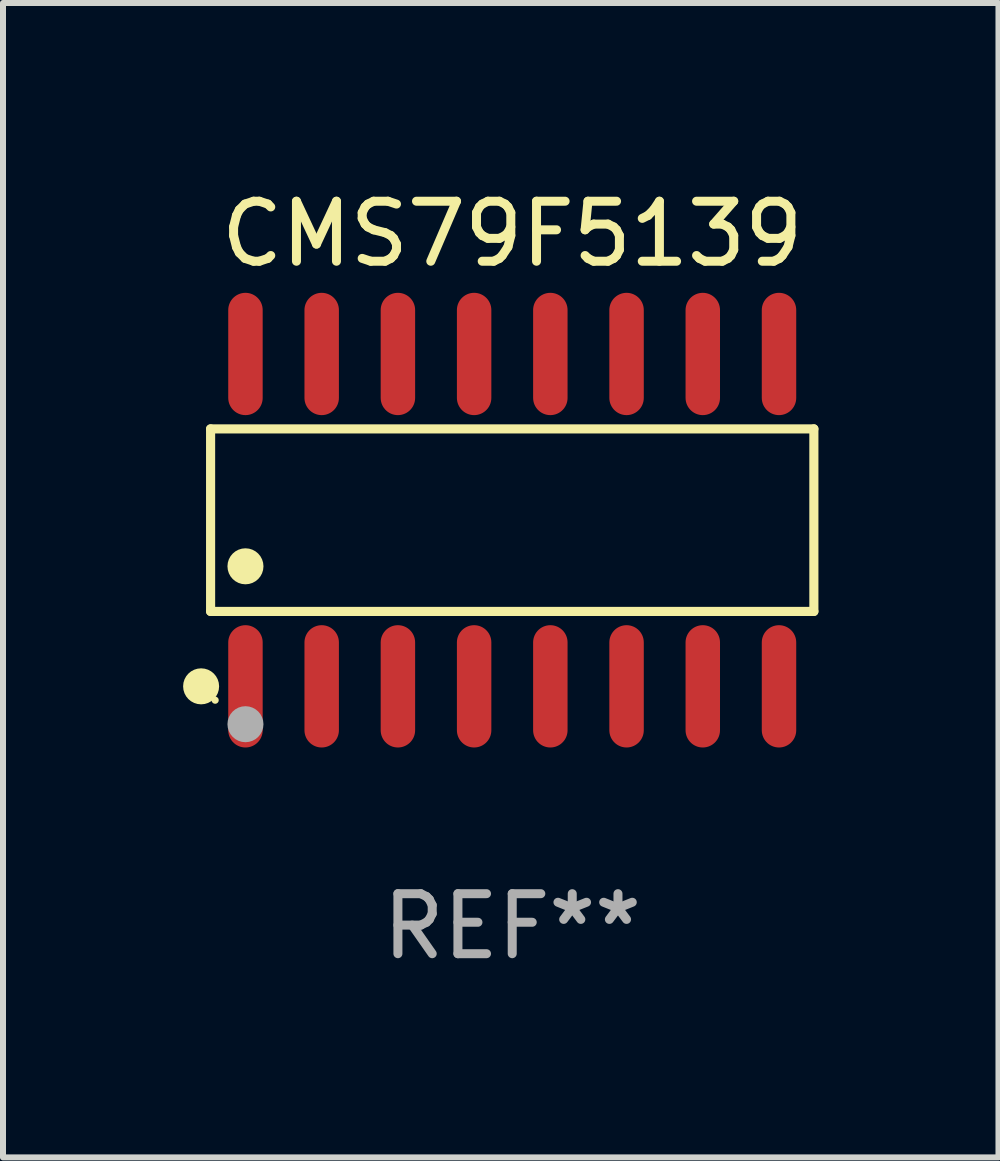
<source format=kicad_pcb>
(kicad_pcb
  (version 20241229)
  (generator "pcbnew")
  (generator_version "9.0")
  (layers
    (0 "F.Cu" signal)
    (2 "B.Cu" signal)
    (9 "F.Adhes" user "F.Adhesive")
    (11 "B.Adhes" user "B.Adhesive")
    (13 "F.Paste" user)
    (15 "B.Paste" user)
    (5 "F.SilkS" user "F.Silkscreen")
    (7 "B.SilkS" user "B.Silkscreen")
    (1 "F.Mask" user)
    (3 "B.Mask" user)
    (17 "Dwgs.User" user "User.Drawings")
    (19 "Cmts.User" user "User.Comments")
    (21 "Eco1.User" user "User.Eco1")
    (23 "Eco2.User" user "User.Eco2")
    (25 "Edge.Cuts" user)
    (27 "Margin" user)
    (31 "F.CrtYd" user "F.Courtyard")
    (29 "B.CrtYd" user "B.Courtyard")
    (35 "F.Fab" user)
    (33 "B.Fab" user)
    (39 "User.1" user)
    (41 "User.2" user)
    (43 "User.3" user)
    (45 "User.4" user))
  (footprint "CMS79F5139"
    (layer "F.Cu")
    (at 5.485 5.617)
    (property "Reference" "CMS79F5139" (at 0 -4.769 0) (layer "F.SilkS") (effects (font (size 1 1) (thickness 0.15))))
    (attr through_hole)
    (fp_line (start -5.026 -1.521) (end 5.026 -1.521) (stroke (width 0.152) (type solid)) (layer "F.SilkS"))
    (fp_line (start -5.026 1.521) (end -5.026 -1.521) (stroke (width 0.152) (type solid)) (layer "F.SilkS"))
    (fp_line (start 5.026 -1.521) (end 5.026 1.521) (stroke (width 0.152) (type solid)) (layer "F.SilkS"))
    (fp_line (start 5.026 1.521) (end -5.026 1.521) (stroke (width 0.152) (type solid)) (layer "F.SilkS"))
    (fp_circle (center -5.184 2.769) (end -5.034 2.769) (stroke (width 0.3) (type solid)) (fill no) (layer "F.SilkS"))
    (fp_circle (center -4.95 3) (end -4.92 3) (stroke (width 0.06) (type solid)) (fill no) (layer "F.SilkS"))
    (fp_circle (center -4.445 0.769) (end -4.295 0.769) (stroke (width 0.3) (type solid)) (fill no) (layer "F.SilkS"))
    (fp_circle (center -4.445 3.4) (end -4.295 3.4) (stroke (width 0.3) (type solid)) (fill no) (layer "F.Fab"))
    (fp_text user "REF**" (at 0 6.769 0) (layer "F.Fab") (effects (font (size 1 1) (thickness 0.15))))
    (pad "1" smd oval (at -4.445 2.769) (size 0.574 2.038) (layers "F.Cu" "F.Mask" "F.Paste"))
    (pad "2" smd oval (at -3.175 2.769) (size 0.574 2.038) (layers "F.Cu" "F.Mask" "F.Paste"))
    (pad "3" smd oval (at -1.905 2.769) (size 0.574 2.038) (layers "F.Cu" "F.Mask" "F.Paste"))
    (pad "4" smd oval (at -0.635 2.769) (size 0.574 2.038) (layers "F.Cu" "F.Mask" "F.Paste"))
    (pad "5" smd oval (at 0.635 2.769) (size 0.574 2.038) (layers "F.Cu" "F.Mask" "F.Paste"))
    (pad "6" smd oval (at 1.905 2.769) (size 0.574 2.038) (layers "F.Cu" "F.Mask" "F.Paste"))
    (pad "7" smd oval (at 3.175 2.769) (size 0.574 2.038) (layers "F.Cu" "F.Mask" "F.Paste"))
    (pad "8" smd oval (at 4.445 2.769) (size 0.574 2.038) (layers "F.Cu" "F.Mask" "F.Paste"))
    (pad "9" smd oval (at 4.445 -2.769) (size 0.574 2.038) (layers "F.Cu" "F.Mask" "F.Paste"))
    (pad "10" smd oval (at 3.175 -2.769) (size 0.574 2.038) (layers "F.Cu" "F.Mask" "F.Paste"))
    (pad "11" smd oval (at 1.905 -2.769) (size 0.574 2.038) (layers "F.Cu" "F.Mask" "F.Paste"))
    (pad "12" smd oval (at 0.635 -2.769) (size 0.574 2.038) (layers "F.Cu" "F.Mask" "F.Paste"))
    (pad "13" smd oval (at -0.635 -2.769) (size 0.574 2.038) (layers "F.Cu" "F.Mask" "F.Paste"))
    (pad "14" smd oval (at -1.905 -2.769) (size 0.574 2.038) (layers "F.Cu" "F.Mask" "F.Paste"))
    (pad "15" smd oval (at -3.175 -2.769) (size 0.574 2.038) (layers "F.Cu" "F.Mask" "F.Paste"))
    (pad "16" smd oval (at -4.445 -2.769) (size 0.574 2.038) (layers "F.Cu" "F.Mask" "F.Paste")))
  (gr_rect
    (start -3 -3)
    (end 13.587 16.235)
    (stroke (width 0.1) (type default))
    (fill no)
    (layer "Edge.Cuts")))
</source>
